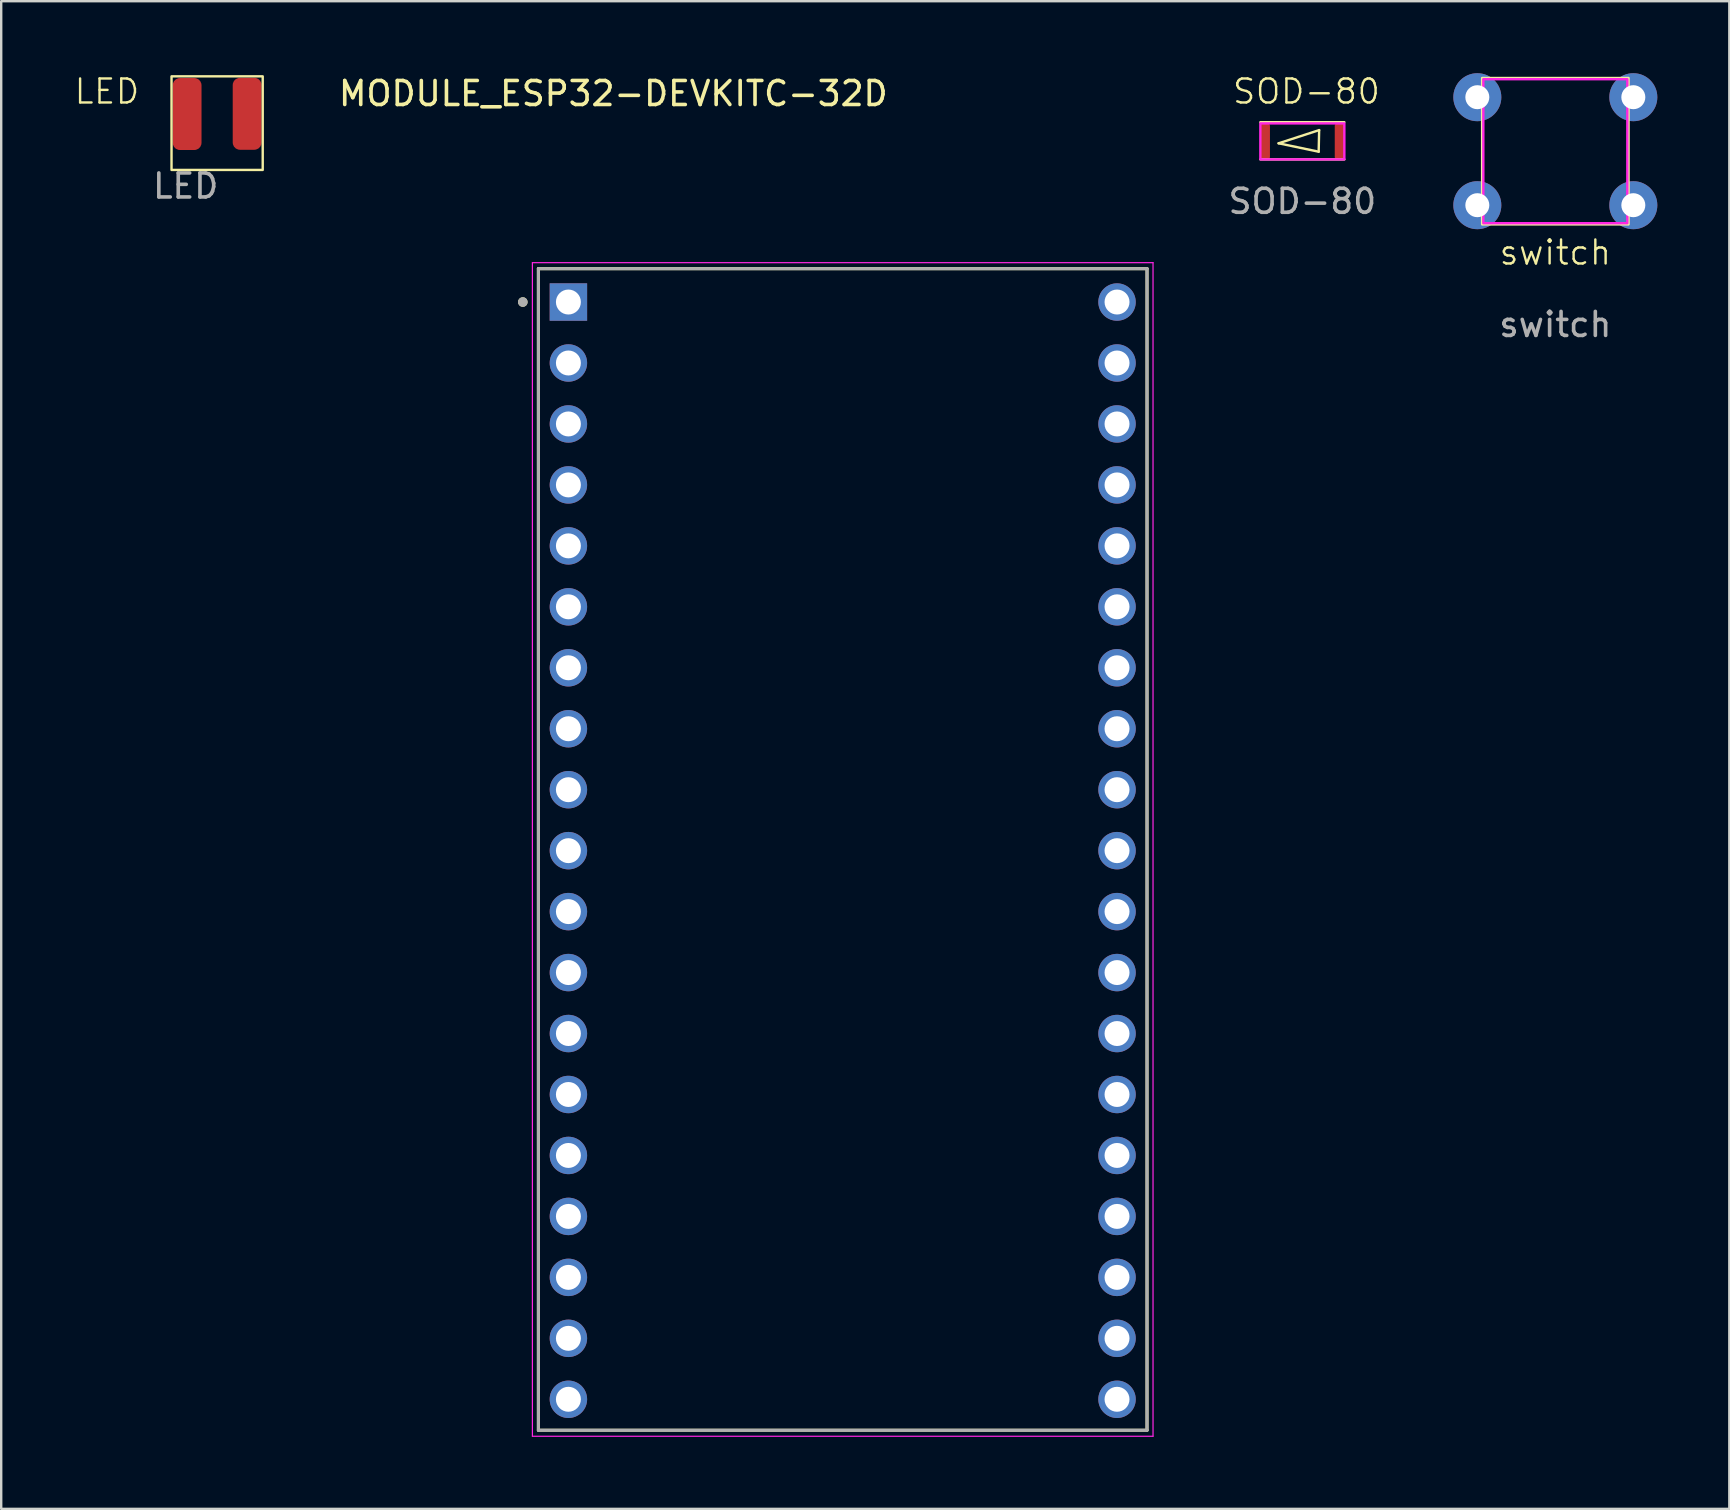
<source format=kicad_pcb>
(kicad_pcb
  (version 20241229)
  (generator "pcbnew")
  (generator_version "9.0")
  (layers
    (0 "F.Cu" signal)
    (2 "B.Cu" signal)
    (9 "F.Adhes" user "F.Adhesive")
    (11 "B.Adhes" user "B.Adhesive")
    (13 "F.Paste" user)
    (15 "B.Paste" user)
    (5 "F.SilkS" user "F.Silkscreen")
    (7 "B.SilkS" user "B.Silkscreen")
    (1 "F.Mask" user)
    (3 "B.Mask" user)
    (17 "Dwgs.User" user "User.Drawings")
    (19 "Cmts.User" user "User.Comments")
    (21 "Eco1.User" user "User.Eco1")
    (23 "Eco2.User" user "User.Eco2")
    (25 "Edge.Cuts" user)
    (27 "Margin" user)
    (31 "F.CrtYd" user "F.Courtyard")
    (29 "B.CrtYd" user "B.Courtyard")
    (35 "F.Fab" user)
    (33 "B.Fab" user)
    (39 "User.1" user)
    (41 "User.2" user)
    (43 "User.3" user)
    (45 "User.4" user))
  (footprint "switch"
    (layer "F.Cu")
    (at 61.757 3.25)
    (property "Reference" "switch" (at 0 4.22 0) (unlocked yes) (layer "F.SilkS") (effects (font (size 1 1) (thickness 0.1))))
    (attr through_hole)
    (fp_rect (start -3.05 -3.05) (end 3.05 3.05) (stroke (width 0.1) (type default)) (fill no) (layer "F.SilkS"))
    (fp_rect (start -3 -3) (end 3 3) (stroke (width 0.1) (type default)) (fill no) (layer "F.CrtYd"))
    (fp_text user "${REFERENCE}" (at 0 7.22 0) (unlocked yes) (layer "F.Fab") (effects (font (size 1 1) (thickness 0.15))))
    (pad "1" thru_hole circle (at -3.25 2.25 180) (size 2 2) (drill 1) (layers "*.Cu" "*.Mask"))
    (pad "1" thru_hole circle (at 3.25 2.25 180) (size 2 2) (drill 1) (layers "*.Cu" "*.Mask"))
    (pad "2" thru_hole circle (at -3.25 -2.25 180) (size 2 2) (drill 1) (layers "*.Cu" "*.Mask"))
    (pad "2" thru_hole circle (at 3.25 -2.25 180) (size 2 2) (drill 1) (layers "*.Cu" "*.Mask")))
  (footprint "MODULE_ESP32-DEVKITC-32D"
    (layer "F.Cu")
    (at 33.334 29.295)
    (property "Reference" "MODULE_ESP32-DEVKITC-32D" (at -10.829 -28.446 0) (layer "F.SilkS") (effects (font (size 1 1) (thickness 0.15))))
    (attr through_hole)
    (fp_line (start -13.95 -21.15) (end 11.41 -21.15) (stroke (width 0.127) (type solid)) (layer "F.SilkS"))
    (fp_line (start -13.95 27.25) (end -13.95 -21.15) (stroke (width 0.127) (type solid)) (layer "F.SilkS"))
    (fp_line (start 11.41 -21.15) (end 11.41 27.25) (stroke (width 0.127) (type solid)) (layer "F.SilkS"))
    (fp_line (start 11.41 27.25) (end -13.95 27.25) (stroke (width 0.127) (type solid)) (layer "F.SilkS"))
    (fp_circle (center -14.6 -19.76) (end -14.5 -19.76) (stroke (width 0.2) (type solid)) (fill no) (layer "F.SilkS"))
    (fp_line (start -14.2 -21.4) (end 11.66 -21.4) (stroke (width 0.05) (type solid)) (layer "F.CrtYd"))
    (fp_line (start -14.2 27.5) (end -14.2 -21.4) (stroke (width 0.05) (type solid)) (layer "F.CrtYd"))
    (fp_line (start 11.66 -21.4) (end 11.66 27.5) (stroke (width 0.05) (type solid)) (layer "F.CrtYd"))
    (fp_line (start 11.66 27.5) (end -14.2 27.5) (stroke (width 0.05) (type solid)) (layer "F.CrtYd"))
    (fp_line (start -13.95 -21.15) (end 11.41 -21.15) (stroke (width 0.127) (type solid)) (layer "F.Fab"))
    (fp_line (start -13.95 27.25) (end -13.95 -21.15) (stroke (width 0.127) (type solid)) (layer "F.Fab"))
    (fp_line (start 11.41 -21.15) (end 11.41 27.25) (stroke (width 0.127) (type solid)) (layer "F.Fab"))
    (fp_line (start 11.41 27.25) (end -13.95 27.25) (stroke (width 0.127) (type solid)) (layer "F.Fab"))
    (fp_circle (center -14.6 -19.76) (end -14.5 -19.76) (stroke (width 0.2) (type solid)) (fill no) (layer "F.Fab"))
    (pad "J2-1" thru_hole rect (at -12.7 -19.76) (size 1.56 1.56) (drill 1.04) (layers "*.Cu" "*.Mask"))
    (pad "J2-2" thru_hole circle (at -12.7 -17.22) (size 1.56 1.56) (drill 1.04) (layers "*.Cu" "*.Mask"))
    (pad "J2-3" thru_hole circle (at -12.7 -14.68) (size 1.56 1.56) (drill 1.04) (layers "*.Cu" "*.Mask"))
    (pad "J2-4" thru_hole circle (at -12.7 -12.14) (size 1.56 1.56) (drill 1.04) (layers "*.Cu" "*.Mask"))
    (pad "J2-5" thru_hole circle (at -12.7 -9.6) (size 1.56 1.56) (drill 1.04) (layers "*.Cu" "*.Mask"))
    (pad "J2-6" thru_hole circle (at -12.7 -7.06) (size 1.56 1.56) (drill 1.04) (layers "*.Cu" "*.Mask"))
    (pad "J2-7" thru_hole circle (at -12.7 -4.52) (size 1.56 1.56) (drill 1.04) (layers "*.Cu" "*.Mask"))
    (pad "J2-8" thru_hole circle (at -12.7 -1.98) (size 1.56 1.56) (drill 1.04) (layers "*.Cu" "*.Mask"))
    (pad "J2-9" thru_hole circle (at -12.7 0.56) (size 1.56 1.56) (drill 1.04) (layers "*.Cu" "*.Mask"))
    (pad "J2-10" thru_hole circle (at -12.7 3.1) (size 1.56 1.56) (drill 1.04) (layers "*.Cu" "*.Mask"))
    (pad "J2-11" thru_hole circle (at -12.7 5.64) (size 1.56 1.56) (drill 1.04) (layers "*.Cu" "*.Mask"))
    (pad "J2-12" thru_hole circle (at -12.7 8.18) (size 1.56 1.56) (drill 1.04) (layers "*.Cu" "*.Mask"))
    (pad "J2-13" thru_hole circle (at -12.7 10.72) (size 1.56 1.56) (drill 1.04) (layers "*.Cu" "*.Mask"))
    (pad "J2-14" thru_hole circle (at -12.7 13.26) (size 1.56 1.56) (drill 1.04) (layers "*.Cu" "*.Mask"))
    (pad "J2-15" thru_hole circle (at -12.7 15.8) (size 1.56 1.56) (drill 1.04) (layers "*.Cu" "*.Mask"))
    (pad "J2-16" thru_hole circle (at -12.7 18.34) (size 1.56 1.56) (drill 1.04) (layers "*.Cu" "*.Mask"))
    (pad "J2-17" thru_hole circle (at -12.7 20.88) (size 1.56 1.56) (drill 1.04) (layers "*.Cu" "*.Mask"))
    (pad "J2-18" thru_hole circle (at -12.7 23.42) (size 1.56 1.56) (drill 1.04) (layers "*.Cu" "*.Mask"))
    (pad "J2-19" thru_hole circle (at -12.7 25.96) (size 1.56 1.56) (drill 1.04) (layers "*.Cu" "*.Mask"))
    (pad "J3-1" thru_hole circle (at 10.16 -19.76) (size 1.56 1.56) (drill 1.04) (layers "*.Cu" "*.Mask"))
    (pad "J3-2" thru_hole circle (at 10.16 -17.22) (size 1.56 1.56) (drill 1.04) (layers "*.Cu" "*.Mask"))
    (pad "J3-3" thru_hole circle (at 10.16 -14.68) (size 1.56 1.56) (drill 1.04) (layers "*.Cu" "*.Mask"))
    (pad "J3-4" thru_hole circle (at 10.16 -12.14) (size 1.56 1.56) (drill 1.04) (layers "*.Cu" "*.Mask"))
    (pad "J3-5" thru_hole circle (at 10.16 -9.6) (size 1.56 1.56) (drill 1.04) (layers "*.Cu" "*.Mask"))
    (pad "J3-6" thru_hole circle (at 10.16 -7.06) (size 1.56 1.56) (drill 1.04) (layers "*.Cu" "*.Mask"))
    (pad "J3-7" thru_hole circle (at 10.16 -4.52) (size 1.56 1.56) (drill 1.04) (layers "*.Cu" "*.Mask"))
    (pad "J3-8" thru_hole circle (at 10.16 -1.98) (size 1.56 1.56) (drill 1.04) (layers "*.Cu" "*.Mask"))
    (pad "J3-9" thru_hole circle (at 10.16 0.56) (size 1.56 1.56) (drill 1.04) (layers "*.Cu" "*.Mask"))
    (pad "J3-10" thru_hole circle (at 10.16 3.1) (size 1.56 1.56) (drill 1.04) (layers "*.Cu" "*.Mask"))
    (pad "J3-11" thru_hole circle (at 10.16 5.64) (size 1.56 1.56) (drill 1.04) (layers "*.Cu" "*.Mask"))
    (pad "J3-12" thru_hole circle (at 10.16 8.18) (size 1.56 1.56) (drill 1.04) (layers "*.Cu" "*.Mask"))
    (pad "J3-13" thru_hole circle (at 10.16 10.72) (size 1.56 1.56) (drill 1.04) (layers "*.Cu" "*.Mask"))
    (pad "J3-14" thru_hole circle (at 10.16 13.26) (size 1.56 1.56) (drill 1.04) (layers "*.Cu" "*.Mask"))
    (pad "J3-15" thru_hole circle (at 10.16 15.8) (size 1.56 1.56) (drill 1.04) (layers "*.Cu" "*.Mask"))
    (pad "J3-16" thru_hole circle (at 10.16 18.34) (size 1.56 1.56) (drill 1.04) (layers "*.Cu" "*.Mask"))
    (pad "J3-17" thru_hole circle (at 10.16 20.88) (size 1.56 1.56) (drill 1.04) (layers "*.Cu" "*.Mask"))
    (pad "J3-18" thru_hole circle (at 10.16 23.42) (size 1.56 1.56) (drill 1.04) (layers "*.Cu" "*.Mask"))
    (pad "J3-19" thru_hole circle (at 10.16 25.96) (size 1.56 1.56) (drill 1.04) (layers "*.Cu" "*.Mask")))
  (footprint "SOD-80"
    (layer "F.Cu")
    (at 51.216 2.841)
    (property "Reference" "SOD-80" (at 0.17 -2.08 0) (unlocked yes) (layer "F.SilkS") (effects (font (size 1 1) (thickness 0.1))))
    (attr smd)
    (fp_line (start -1.75 0.75) (end 1.75 0.75) (stroke (width 0.1) (type default)) (layer "F.SilkS"))
    (fp_line (start -0.99 0.08) (end 0.7 -0.47) (stroke (width 0.1) (type default)) (layer "F.SilkS"))
    (fp_line (start 0.68 0.43) (end -0.99 0.08) (stroke (width 0.1) (type default)) (layer "F.SilkS"))
    (fp_line (start 0.7 -0.47) (end 0.68 0.43) (stroke (width 0.1) (type default)) (layer "F.SilkS"))
    (fp_line (start 1.75 -0.8) (end -1.75 -0.8) (stroke (width 0.1) (type default)) (layer "F.SilkS"))
    (fp_rect (start -1.75 -0.75) (end 1.75 0.75) (stroke (width 0.1) (type default)) (fill no) (layer "F.CrtYd"))
    (fp_text user "${REFERENCE}" (at 0 2.5 0) (unlocked yes) (layer "F.Fab") (effects (font (size 1 1) (thickness 0.15))))
    (pad "1" smd roundrect (at 1.55 0 180) (size 0.4 1.5) (layers "F.Cu" "F.Mask" "F.Paste") (roundrect_rratio 0.25))
    (pad "2" smd roundrect (at -1.55 0 180) (size 0.4 1.5) (layers "F.Cu" "F.Mask" "F.Paste") (roundrect_rratio 0.25)))
  (footprint "LED"
    (layer "F.Cu")
    (at 5.997 1.681)
    (property "Reference" "LED" (at -4.59 -0.92 0) (unlocked yes) (layer "F.SilkS") (effects (font (size 1 1) (thickness 0.1))))
    (attr smd)
    (fp_rect (start -1.9 -1.55) (end 1.9 2.35) (stroke (width 0.1) (type default)) (fill no) (layer "F.SilkS"))
    (fp_text user "${REFERENCE}" (at -1.31 3.02 0) (unlocked yes) (layer "F.Fab") (effects (font (size 1 1) (thickness 0.15))))
    (pad "1" smd roundrect (at -1.25 0.02 180) (size 1.2 3) (layers "F.Cu" "F.Mask" "F.Paste") (roundrect_rratio 0.25))
    (pad "2" smd roundrect (at 1.25 0.01 180) (size 1.2 3) (layers "F.Cu" "F.Mask" "F.Paste") (roundrect_rratio 0.25)))
  (gr_rect
    (start -3 -3)
    (end 69.007 59.82)
    (stroke (width 0.1) (type default))
    (fill no)
    (layer "Edge.Cuts")))
</source>
